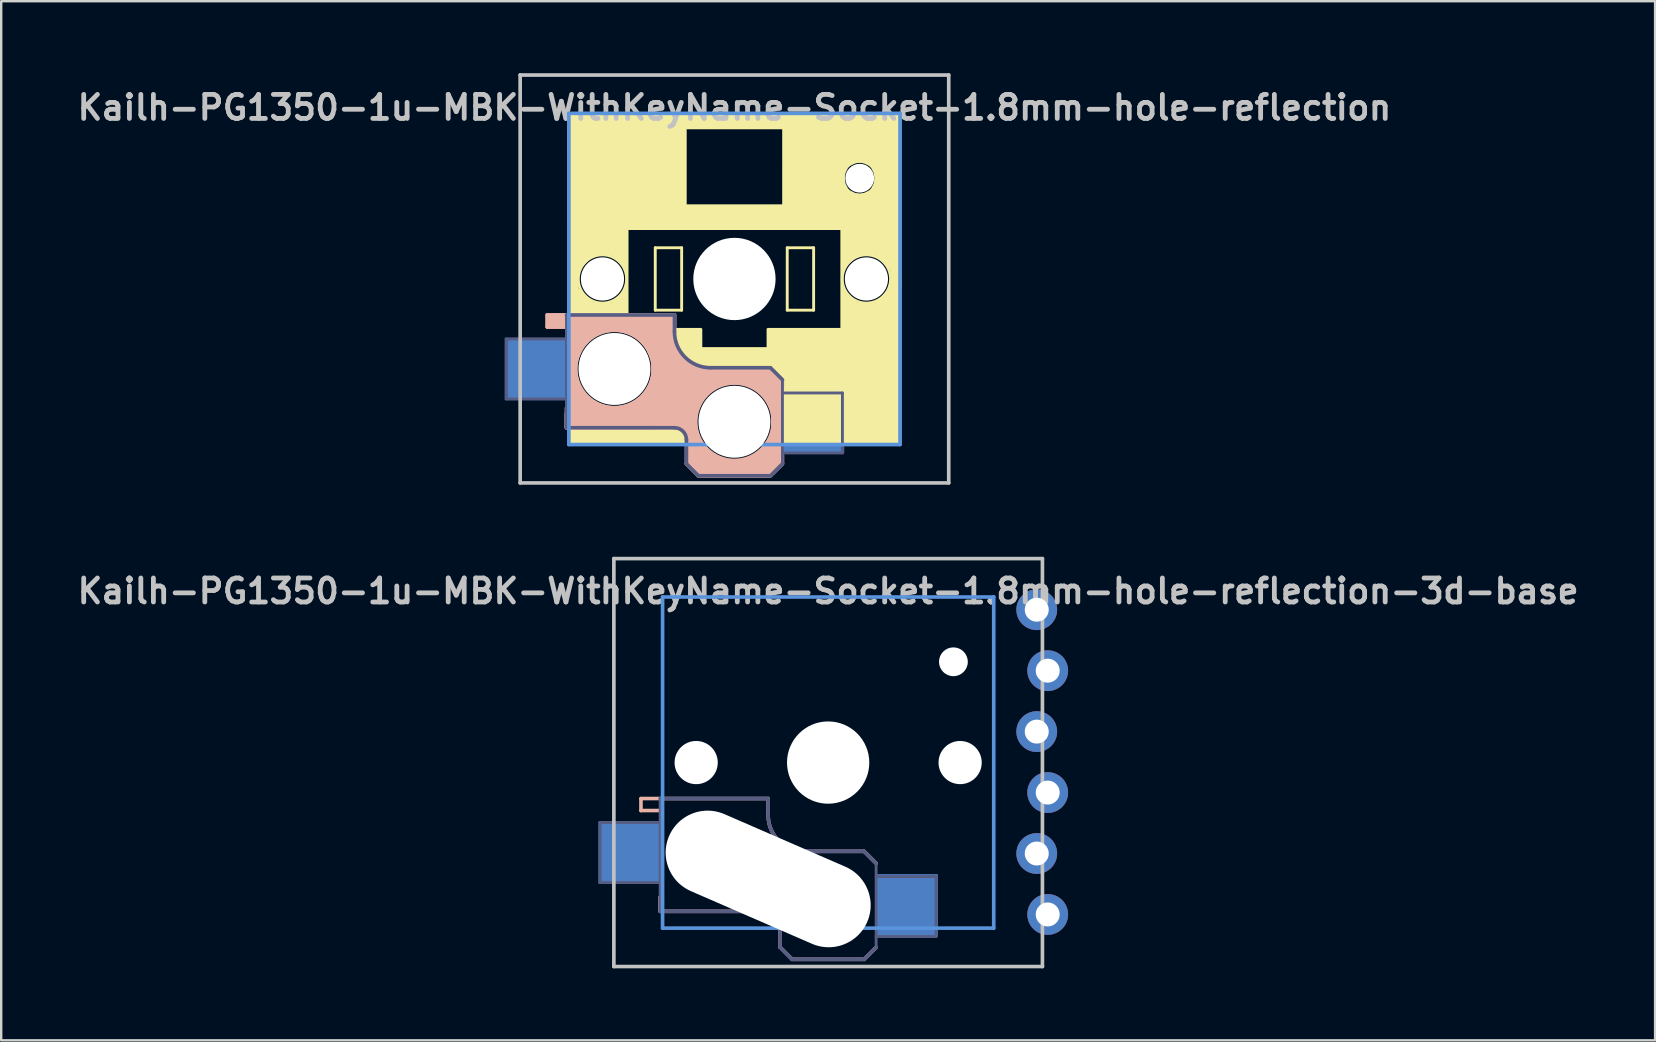
<source format=kicad_pcb>
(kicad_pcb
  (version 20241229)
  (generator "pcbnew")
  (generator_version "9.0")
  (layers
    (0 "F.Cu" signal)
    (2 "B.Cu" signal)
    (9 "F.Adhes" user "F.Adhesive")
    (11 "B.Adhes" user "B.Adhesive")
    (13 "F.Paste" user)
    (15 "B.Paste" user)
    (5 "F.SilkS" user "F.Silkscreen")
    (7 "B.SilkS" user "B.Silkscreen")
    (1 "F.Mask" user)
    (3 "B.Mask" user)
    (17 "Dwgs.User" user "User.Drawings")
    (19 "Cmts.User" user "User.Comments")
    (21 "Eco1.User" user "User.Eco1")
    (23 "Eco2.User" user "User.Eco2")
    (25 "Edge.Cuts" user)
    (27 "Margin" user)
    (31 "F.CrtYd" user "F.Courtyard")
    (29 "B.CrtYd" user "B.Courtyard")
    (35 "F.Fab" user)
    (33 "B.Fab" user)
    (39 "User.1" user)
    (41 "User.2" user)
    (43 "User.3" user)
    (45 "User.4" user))
  (footprint "Kailh-PG1350-1u-MBK-WithKeyName-Socket-1.8mm-hole-reflection"
    (layer "F.Cu")
    (at 27.557 8.576)
    (property "Reference" "Kailh-PG1350-1u-MBK-WithKeyName-Socket-1.8mm-hole-reflection" (at 0 -7.144 180) (layer "Dwgs.User") (effects (font (size 1 1) (thickness 0.2))))
    (attr through_hole)
    (fp_line (start -4.475 -2.45) (end -4.475 2.15) (stroke (width 0.12) (type solid)) (layer "F.SilkS"))
    (fp_line (start -3.3 -1.3) (end -2.2 -1.3) (stroke (width 0.12) (type solid)) (layer "F.SilkS"))
    (fp_line (start -3.3 1.3) (end -3.3 -1.3) (stroke (width 0.12) (type solid)) (layer "F.SilkS"))
    (fp_line (start -2.2 -1.3) (end -2.2 1.3) (stroke (width 0.12) (type solid)) (layer "F.SilkS"))
    (fp_line (start -2.2 1.3) (end -3.3 1.3) (stroke (width 0.12) (type solid)) (layer "F.SilkS"))
    (fp_line (start 2.2 -1.3) (end 3.3 -1.3) (stroke (width 0.12) (type solid)) (layer "F.SilkS"))
    (fp_line (start 2.2 1.3) (end 2.2 -1.3) (stroke (width 0.12) (type solid)) (layer "F.SilkS"))
    (fp_line (start 3.3 -1.3) (end 3.3 1.3) (stroke (width 0.12) (type solid)) (layer "F.SilkS"))
    (fp_line (start 3.3 1.3) (end 2.2 1.3) (stroke (width 0.12) (type solid)) (layer "F.SilkS"))
    (fp_line (start 4.475 -2.2) (end 4.475 2.1) (stroke (width 0.12) (type solid)) (layer "F.SilkS"))
    (fp_arc (start -1.35 6.85) (mid 0 4.326976) (end 1.35 6.85) (stroke (width 0.12) (type solid)) (layer "F.SilkS"))
    (fp_circle (center -5.5 0) (end -4.6 0.45) (stroke (width 0.12) (type solid)) (fill no) (layer "F.SilkS"))
    (fp_circle (center -5 3.75) (end -3.388 3.75) (stroke (width 0.12) (type solid)) (fill no) (layer "F.SilkS"))
    (fp_circle (center 5.5 0) (end 6.4 0.45) (stroke (width 0.12) (type solid)) (fill no) (layer "F.SilkS"))
    (fp_poly (pts (xy 4.59 -4.45) (xy 4.69 -4.65) (xy 4.79 -4.75) (xy 4.99 -4.85) (xy 5.19 -4.9) (xy 4.54 -4.9) (xy 4.54 -4.25)) (stroke (width 0.1) (type solid)) (fill yes) (layer "F.SilkS"))
    (fp_poly (pts (xy 4.99 -3.55) (xy 4.79 -3.65) (xy 4.69 -3.75) (xy 4.59 -3.95) (xy 4.54 -4.15) (xy 4.54 -3.5) (xy 5.19 -3.5)) (stroke (width 0.1) (type solid)) (fill yes) (layer "F.SilkS"))
    (fp_poly (pts (xy 5.44 -4.85) (xy 5.64 -4.75) (xy 5.74 -4.65) (xy 5.84 -4.45) (xy 5.89 -4.25) (xy 5.89 -4.9) (xy 5.24 -4.9)) (stroke (width 0.1) (type solid)) (fill yes) (layer "F.SilkS"))
    (fp_poly (pts (xy 5.84 -3.95) (xy 5.74 -3.75) (xy 5.64 -3.65) (xy 5.44 -3.55) (xy 5.24 -3.5) (xy 5.89 -3.5) (xy 5.89 -4.15)) (stroke (width 0.1) (type solid)) (fill yes) (layer "F.SilkS"))
    (fp_poly (pts (xy 6.9 0.35) (xy 6.55 0.35) (xy 6.55 -0.4) (xy 5.9 -1.05) (xy 5.1 -1.05) (xy 4.55 -0.5) (xy 4.55 -2.1) (xy -4.55 -2.1) (xy -4.55 -0.5) (xy -5.1 -1.05) (xy -5.9 -1.05) (xy -6.9 0) (xy -6.91 -6.9) (xy 2 -6.9) (xy 2 -6.3) (xy -2.05 -6.3) (xy -2.05 -3.05) (xy 2.05 -3.05) (xy 2.05 -4.85) (xy 4.54 -4.85) (xy 4.55 -3.5) (xy 5.89 -3.5) (xy 5.89 -4.9) (xy 2.05 -4.9) (xy 2.05 -6.3) (xy 2.05 -6.9) (xy 6.9 -6.9) (xy 6.9 -3.05)) (stroke (width 0.12) (type solid)) (fill yes) (layer "F.SilkS"))
    (fp_poly (pts (xy -4.55 2.1) (xy -1.4 2.1) (xy -1.4 2.9) (xy 1.4 2.9) (xy 1.4 2.1) (xy 4.55 2.1) (xy 4.55 0.5) (xy 5.1 1.05) (xy 5.9 1.05) (xy 6.9 0) (xy 6.9 6.9) (xy 1.35 6.9) (xy 1.65 6.3) (xy 1.6 5.3) (xy 1 4.55) (xy 0 4.25) (xy -0.95 4.5) (xy -1.55 5.15) (xy -1.7 6.15) (xy -1.35 6.9) (xy -6.9 6.9) (xy -6.9 4.7) (xy -6.9 3.55) (xy -6.65 3.55) (xy -6.6 4.3) (xy -6 5.154) (xy -4.95 5.45) (xy -4 5.15) (xy -3.35 4.25) (xy -3.35 3.25) (xy -4 2.4) (xy -4.75 2.1) (xy -5.5 2.1) (xy -6.35 2.7) (xy -6.65 3.5) (xy -6.9 3.5) (xy -6.9 2.2) (xy -6.9 0) (xy -6.55 -0.4) (xy -6.55 0.425) (xy -5.9 1.05) (xy -5.1 1.05) (xy -4.55 0.5)) (stroke (width 0.12) (type solid)) (fill yes) (layer "F.SilkS"))
    (fp_line (start -7.8 1.5) (end -7.8 2) (stroke (width 0.15) (type solid)) (layer "B.SilkS"))
    (fp_line (start -7 2) (end -7.8 2) (stroke (width 0.15) (type solid)) (layer "B.SilkS"))
    (fp_line (start -7 5.6) (end -7 6.2) (stroke (width 0.15) (type solid)) (layer "B.SilkS"))
    (fp_line (start -7 6.2) (end -2.5 6.2) (stroke (width 0.15) (type solid)) (layer "B.SilkS"))
    (fp_line (start -2.5 1.5) (end -7.8 1.5) (stroke (width 0.15) (type solid)) (layer "B.SilkS"))
    (fp_line (start -2.5 2.2) (end -2.5 1.5) (stroke (width 0.15) (type solid)) (layer "B.SilkS"))
    (fp_line (start -2 6.7) (end -2 7.7) (stroke (width 0.15) (type solid)) (layer "B.SilkS"))
    (fp_line (start -1.5 8.2) (end -2 7.7) (stroke (width 0.15) (type solid)) (layer "B.SilkS"))
    (fp_line (start 1.5 3.7) (end -1 3.7) (stroke (width 0.15) (type solid)) (layer "B.SilkS"))
    (fp_line (start 1.5 8.2) (end -1.5 8.2) (stroke (width 0.15) (type solid)) (layer "B.SilkS"))
    (fp_line (start 2 4.2) (end 1.5 3.7) (stroke (width 0.15) (type solid)) (layer "B.SilkS"))
    (fp_line (start 2 7.7) (end 1.5 8.2) (stroke (width 0.15) (type solid)) (layer "B.SilkS"))
    (fp_rect (start -7.8 1.5) (end -2.5 2) (stroke (width 0.15) (type solid)) (fill yes) (layer "B.SilkS"))
    (fp_arc (start -2.5 6.2) (mid -2.146447 6.346447) (end -2 6.7) (stroke (width 0.15) (type solid)) (layer "B.SilkS"))
    (fp_arc (start -1 3.7) (mid -2.06066 3.26066) (end -2.5 2.2) (stroke (width 0.15) (type solid)) (layer "B.SilkS"))
    (fp_circle (center -5 3.75) (end -3.263 3.75) (stroke (width 0.4) (type solid)) (fill no) (layer "B.SilkS"))
    (fp_circle (center 0 5.95) (end 1.737 5.95) (stroke (width 0.4) (type solid)) (fill no) (layer "B.SilkS"))
    (fp_poly (pts (xy -3.35 6.2) (xy -7 6.2) (xy -7 5.375) (xy -3.35 5.375)) (stroke (width 0.15) (type solid)) (fill yes) (layer "B.SilkS"))
    (fp_poly (pts (xy -2.5 6.2) (xy -3.4 6.2) (xy -3.4 1.5) (xy -2.5 1.5)) (stroke (width 0.12) (type solid)) (fill yes) (layer "B.SilkS"))
    (fp_poly (pts (xy 1.5 8.2) (xy -1.5 8.2) (xy -2 7.7) (xy 1.5 7.7)) (stroke (width 0.15) (type solid)) (fill yes) (layer "B.SilkS"))
    (fp_poly (pts (xy -6.875 1.975) (xy -6 1.975) (xy -6.737 3.75) (xy -6.2 5.3) (xy -6.875 5.3)) (stroke (width 0.12) (type solid)) (fill yes) (layer "B.SilkS"))
    (fp_poly (pts (xy -3.125 1.95) (xy -4.05 1.95) (xy -3.263 3.725) (xy -3.8 5.275) (xy -3.125 5.275)) (stroke (width 0.12) (type solid)) (fill yes) (layer "B.SilkS"))
    (fp_poly (pts (xy 2 4.2) (xy 2 4.55) (xy 1.875 4.55) (xy 1.875 7.35) (xy 2 7.35) (xy 2 7.7) (xy 1.6 8.1) (xy 1.6 7.65) (xy 0.95 7.65) (xy 1.6 7.025) (xy 1.6 3.8)) (stroke (width 0.15) (type solid)) (fill yes) (layer "B.SilkS"))
    (fp_poly (pts (xy -2.069 3.273) (xy -1.575 3.65) (xy -1 3.7) (xy 1.5 3.7) (xy 1.5 4.75) (xy 0 4.213) (xy -1.444 4.703) (xy -1.625 5.125) (xy -1.625 6.925) (xy -0.9 7.625) (xy -2 7.625) (xy -2 6.525) (xy -2.175 6.275) (xy -2.5 6.1) (xy -2.5 2.7)) (stroke (width 0.12) (type solid)) (fill yes) (layer "B.SilkS"))
    (fp_line (start -8.93 -8.5) (end 8.93 -8.5) (stroke (width 0.152) (type solid)) (layer "Dwgs.User"))
    (fp_line (start -8.93 8.5) (end -8.93 -8.5) (stroke (width 0.152) (type solid)) (layer "Dwgs.User"))
    (fp_line (start 8.93 -8.5) (end 8.93 8.5) (stroke (width 0.152) (type solid)) (layer "Dwgs.User"))
    (fp_line (start 8.93 8.5) (end -8.93 8.5) (stroke (width 0.152) (type solid)) (layer "Dwgs.User"))
    (fp_line (start -6.9 -6.9) (end 6.9 -6.9) (stroke (width 0.152) (type solid)) (layer "Cmts.User"))
    (fp_line (start -6.9 6.9) (end -6.9 -6.9) (stroke (width 0.152) (type solid)) (layer "Cmts.User"))
    (fp_line (start 6.9 -6.9) (end 6.9 6.9) (stroke (width 0.152) (type solid)) (layer "Cmts.User"))
    (fp_line (start 6.9 6.9) (end -6.9 6.9) (stroke (width 0.152) (type solid)) (layer "Cmts.User"))
    (fp_line (start -7.5 -7.5) (end 7.5 -7.5) (stroke (width 0.152) (type solid)) (layer "Eco2.User"))
    (fp_line (start -7.5 7.5) (end -7.5 -7.5) (stroke (width 0.152) (type solid)) (layer "Eco2.User"))
    (fp_line (start -2.6 -3.1) (end -2.6 -6.3) (stroke (width 0.15) (type solid)) (layer "Eco2.User"))
    (fp_line (start -2.6 -3.1) (end 2.6 -3.1) (stroke (width 0.15) (type solid)) (layer "Eco2.User"))
    (fp_line (start 2.6 -6.3) (end -2.6 -6.3) (stroke (width 0.15) (type solid)) (layer "Eco2.User"))
    (fp_line (start 2.6 -3.1) (end 2.6 -6.3) (stroke (width 0.15) (type solid)) (layer "Eco2.User"))
    (fp_line (start 7.5 -7.5) (end 7.5 7.5) (stroke (width 0.152) (type solid)) (layer "Eco2.User"))
    (fp_line (start 7.5 7.5) (end -7.5 7.5) (stroke (width 0.152) (type solid)) (layer "Eco2.User"))
    (fp_line (start -9.5 2.5) (end -7 2.5) (stroke (width 0.12) (type solid)) (layer "B.Fab"))
    (fp_line (start -9.5 5) (end -9.5 2.5) (stroke (width 0.12) (type solid)) (layer "B.Fab"))
    (fp_line (start -7 1.5) (end -7 6.2) (stroke (width 0.12) (type solid)) (layer "B.Fab"))
    (fp_line (start -7 5) (end -9.5 5) (stroke (width 0.12) (type solid)) (layer "B.Fab"))
    (fp_line (start -7 6.2) (end -2.5 6.2) (stroke (width 0.15) (type solid)) (layer "B.Fab"))
    (fp_line (start -2.5 1.5) (end -7 1.5) (stroke (width 0.15) (type solid)) (layer "B.Fab"))
    (fp_line (start -2.5 2.2) (end -2.5 1.5) (stroke (width 0.15) (type solid)) (layer "B.Fab"))
    (fp_line (start -2 6.7) (end -2 7.7) (stroke (width 0.15) (type solid)) (layer "B.Fab"))
    (fp_line (start -1.5 8.2) (end -2 7.7) (stroke (width 0.15) (type solid)) (layer "B.Fab"))
    (fp_line (start 1.5 3.7) (end -1 3.7) (stroke (width 0.15) (type solid)) (layer "B.Fab"))
    (fp_line (start 1.5 8.2) (end -1.5 8.2) (stroke (width 0.15) (type solid)) (layer "B.Fab"))
    (fp_line (start 2 4.2) (end 1.5 3.7) (stroke (width 0.15) (type solid)) (layer "B.Fab"))
    (fp_line (start 2 4.25) (end 2 7.7) (stroke (width 0.12) (type solid)) (layer "B.Fab"))
    (fp_line (start 2 4.75) (end 4.5 4.75) (stroke (width 0.12) (type solid)) (layer "B.Fab"))
    (fp_line (start 2 7.7) (end 1.5 8.2) (stroke (width 0.15) (type solid)) (layer "B.Fab"))
    (fp_line (start 4.5 4.75) (end 4.5 7.25) (stroke (width 0.12) (type solid)) (layer "B.Fab"))
    (fp_line (start 4.5 7.25) (end 2 7.25) (stroke (width 0.12) (type solid)) (layer "B.Fab"))
    (fp_arc (start -2.5 6.2) (mid -2.146447 6.346447) (end -2 6.7) (stroke (width 0.15) (type solid)) (layer "B.Fab"))
    (fp_arc (start -1 3.7) (mid -2.06066 3.26066) (end -2.5 2.2) (stroke (width 0.15) (type solid)) (layer "B.Fab"))
    (fp_line (start -4.4 -2) (end -4.4 2) (stroke (width 0.12) (type solid)) (layer "User.9"))
    (fp_line (start -4.4 2) (end -1.3 2) (stroke (width 0.12) (type solid)) (layer "User.9"))
    (fp_line (start -3.2 -1.2) (end -3.2 1.2) (stroke (width 0.12) (type solid)) (layer "User.9"))
    (fp_line (start -3.2 1.2) (end -2.3 1.2) (stroke (width 0.12) (type solid)) (layer "User.9"))
    (fp_line (start -2.3 -1.2) (end -3.2 -1.2) (stroke (width 0.12) (type solid)) (layer "User.9"))
    (fp_line (start -2.3 1.2) (end -2.3 -1.2) (stroke (width 0.12) (type solid)) (layer "User.9"))
    (fp_line (start -1.3 2) (end -1.3 2.8) (stroke (width 0.12) (type solid)) (layer "User.9"))
    (fp_line (start -1.3 2.8) (end 1.3 2.8) (stroke (width 0.12) (type solid)) (layer "User.9"))
    (fp_line (start 1.3 2) (end 4.5 2) (stroke (width 0.12) (type solid)) (layer "User.9"))
    (fp_line (start 1.3 2.8) (end 1.3 2) (stroke (width 0.12) (type solid)) (layer "User.9"))
    (fp_line (start 2.3 -1.2) (end 2.3 1.2) (stroke (width 0.12) (type solid)) (layer "User.9"))
    (fp_line (start 2.3 1.2) (end 3.2 1.2) (stroke (width 0.12) (type solid)) (layer "User.9"))
    (fp_line (start 3.2 -1.2) (end 2.3 -1.2) (stroke (width 0.12) (type solid)) (layer "User.9"))
    (fp_line (start 3.2 1.2) (end 3.2 -1.2) (stroke (width 0.12) (type solid)) (layer "User.9"))
    (fp_line (start 4.4 2) (end 4.4 -2) (stroke (width 0.12) (type solid)) (layer "User.9"))
    (fp_line (start 4.5 -2) (end -4.4 -2) (stroke (width 0.12) (type solid)) (layer "User.9"))
    (pad "" np_thru_hole circle (at -5.5 0 180) (size 1.8 1.8) (drill 1.8) (layers "*.Cu" "*.Mask"))
    (pad "" np_thru_hole circle (at -5 3.75) (size 3 3) (drill 3) (layers "*.Cu" "*.Mask"))
    (pad "" np_thru_hole circle (at 0 0) (size 3.429 3.429) (drill 3.429) (layers "*.Cu" "*.Mask"))
    (pad "" np_thru_hole circle (at 0 5.95) (size 3 3) (drill 3) (layers "*.Cu" "*.Mask"))
    (pad "" np_thru_hole circle (at 5.22 -4.2 180) (size 1.2 1.2) (drill 1.2) (layers "*.Cu" "*.Mask"))
    (pad "" np_thru_hole circle (at 5.5 0 180) (size 1.8 1.8) (drill 1.8) (layers "*.Cu" "*.Mask"))
    (pad "1" smd rect (at 3.275 5.95) (size 2.6 2.6) (layers "B.Cu" "B.Mask" "B.Paste"))
    (pad "2" smd rect (at -8.275 3.75) (size 2.6 2.6) (layers "B.Cu" "B.Mask" "B.Paste")))
  (footprint "Kailh-PG1350-1u-MBK-WithKeyName-Socket-1.8mm-hole-reflection-3d-base"
    (layer "F.Cu")
    (at 31.462 28.729)
    (property "Reference" "Kailh-PG1350-1u-MBK-WithKeyName-Socket-1.8mm-hole-reflection-3d-base" (at 0 -7.144 180) (layer "Dwgs.User") (effects (font (size 1 1) (thickness 0.2))))
    (attr through_hole)
    (fp_line (start -7.8 1.5) (end -7.8 2) (stroke (width 0.15) (type solid)) (layer "B.SilkS"))
    (fp_line (start -7 2) (end -7.8 2) (stroke (width 0.15) (type solid)) (layer "B.SilkS"))
    (fp_line (start -7 5.6) (end -7 6.2) (stroke (width 0.15) (type solid)) (layer "B.SilkS"))
    (fp_line (start -7 6.2) (end -2.5 6.2) (stroke (width 0.15) (type solid)) (layer "B.SilkS"))
    (fp_line (start -2.5 1.5) (end -7.8 1.5) (stroke (width 0.15) (type solid)) (layer "B.SilkS"))
    (fp_line (start -2.5 2.2) (end -2.5 1.5) (stroke (width 0.15) (type solid)) (layer "B.SilkS"))
    (fp_line (start -2 6.7) (end -2 7.7) (stroke (width 0.15) (type solid)) (layer "B.SilkS"))
    (fp_line (start -1.5 8.2) (end -2 7.7) (stroke (width 0.15) (type solid)) (layer "B.SilkS"))
    (fp_line (start 1.5 3.7) (end -1 3.7) (stroke (width 0.15) (type solid)) (layer "B.SilkS"))
    (fp_line (start 1.5 8.2) (end -1.5 8.2) (stroke (width 0.15) (type solid)) (layer "B.SilkS"))
    (fp_line (start 2 4.2) (end 1.5 3.7) (stroke (width 0.15) (type solid)) (layer "B.SilkS"))
    (fp_line (start 2 7.7) (end 1.5 8.2) (stroke (width 0.15) (type solid)) (layer "B.SilkS"))
    (fp_arc (start -2.5 6.2) (mid -2.146447 6.346447) (end -2 6.7) (stroke (width 0.15) (type solid)) (layer "B.SilkS"))
    (fp_arc (start -1 3.7) (mid -2.06066 3.26066) (end -2.5 2.2) (stroke (width 0.15) (type solid)) (layer "B.SilkS"))
    (fp_line (start -8.93 -8.5) (end 8.93 -8.5) (stroke (width 0.152) (type solid)) (layer "Dwgs.User"))
    (fp_line (start -8.93 8.5) (end -8.93 -8.5) (stroke (width 0.152) (type solid)) (layer "Dwgs.User"))
    (fp_line (start 8.93 -8.5) (end 8.93 8.5) (stroke (width 0.152) (type solid)) (layer "Dwgs.User"))
    (fp_line (start 8.93 8.5) (end -8.93 8.5) (stroke (width 0.152) (type solid)) (layer "Dwgs.User"))
    (fp_line (start -6.9 -6.9) (end 6.9 -6.9) (stroke (width 0.152) (type solid)) (layer "Cmts.User"))
    (fp_line (start -6.9 6.9) (end -6.9 -6.9) (stroke (width 0.152) (type solid)) (layer "Cmts.User"))
    (fp_line (start 6.9 -6.9) (end 6.9 6.9) (stroke (width 0.152) (type solid)) (layer "Cmts.User"))
    (fp_line (start 6.9 6.9) (end -6.9 6.9) (stroke (width 0.152) (type solid)) (layer "Cmts.User"))
    (fp_line (start -7.5 -7.5) (end 7.5 -7.5) (stroke (width 0.152) (type solid)) (layer "Eco2.User"))
    (fp_line (start -7.5 7.5) (end -7.5 -7.5) (stroke (width 0.152) (type solid)) (layer "Eco2.User"))
    (fp_line (start -2.6 -3.1) (end -2.6 -6.3) (stroke (width 0.15) (type solid)) (layer "Eco2.User"))
    (fp_line (start -2.6 -3.1) (end 2.6 -3.1) (stroke (width 0.15) (type solid)) (layer "Eco2.User"))
    (fp_line (start 2.6 -6.3) (end -2.6 -6.3) (stroke (width 0.15) (type solid)) (layer "Eco2.User"))
    (fp_line (start 2.6 -3.1) (end 2.6 -6.3) (stroke (width 0.15) (type solid)) (layer "Eco2.User"))
    (fp_line (start 7.5 -7.5) (end 7.5 7.5) (stroke (width 0.152) (type solid)) (layer "Eco2.User"))
    (fp_line (start 7.5 7.5) (end -7.5 7.5) (stroke (width 0.152) (type solid)) (layer "Eco2.User"))
    (fp_line (start -9.5 2.5) (end -7 2.5) (stroke (width 0.12) (type solid)) (layer "B.Fab"))
    (fp_line (start -9.5 5) (end -9.5 2.5) (stroke (width 0.12) (type solid)) (layer "B.Fab"))
    (fp_line (start -7 1.5) (end -7 6.2) (stroke (width 0.12) (type solid)) (layer "B.Fab"))
    (fp_line (start -7 5) (end -9.5 5) (stroke (width 0.12) (type solid)) (layer "B.Fab"))
    (fp_line (start -7 6.2) (end -2.5 6.2) (stroke (width 0.15) (type solid)) (layer "B.Fab"))
    (fp_line (start -2.5 1.5) (end -7 1.5) (stroke (width 0.15) (type solid)) (layer "B.Fab"))
    (fp_line (start -2.5 2.2) (end -2.5 1.5) (stroke (width 0.15) (type solid)) (layer "B.Fab"))
    (fp_line (start -2 6.7) (end -2 7.7) (stroke (width 0.15) (type solid)) (layer "B.Fab"))
    (fp_line (start -1.5 8.2) (end -2 7.7) (stroke (width 0.15) (type solid)) (layer "B.Fab"))
    (fp_line (start 1.5 3.7) (end -1 3.7) (stroke (width 0.15) (type solid)) (layer "B.Fab"))
    (fp_line (start 1.5 8.2) (end -1.5 8.2) (stroke (width 0.15) (type solid)) (layer "B.Fab"))
    (fp_line (start 2 4.2) (end 1.5 3.7) (stroke (width 0.15) (type solid)) (layer "B.Fab"))
    (fp_line (start 2 4.25) (end 2 7.7) (stroke (width 0.12) (type solid)) (layer "B.Fab"))
    (fp_line (start 2 4.75) (end 4.5 4.75) (stroke (width 0.12) (type solid)) (layer "B.Fab"))
    (fp_line (start 2 7.7) (end 1.5 8.2) (stroke (width 0.15) (type solid)) (layer "B.Fab"))
    (fp_line (start 4.5 4.75) (end 4.5 7.25) (stroke (width 0.12) (type solid)) (layer "B.Fab"))
    (fp_line (start 4.5 7.25) (end 2 7.25) (stroke (width 0.12) (type solid)) (layer "B.Fab"))
    (fp_arc (start -2.5 6.2) (mid -2.146447 6.346447) (end -2 6.7) (stroke (width 0.15) (type solid)) (layer "B.Fab"))
    (fp_arc (start -1 3.7) (mid -2.06066 3.26066) (end -2.5 2.2) (stroke (width 0.15) (type solid)) (layer "B.Fab"))
    (pad "" np_thru_hole circle (at -5.5 0 180) (size 1.8 1.8) (drill 1.8) (layers "*.Cu" "*.Mask"))
    (pad "" np_thru_hole circle (at -5 3.75) (size 3 3) (drill 3) (layers "*.Cu" "*.Mask"))
    (pad "" np_thru_hole oval (at -2.5 4.85 66.5) (size 3.5 9) (drill oval 3.5 9) (layers "*.Cu" "*.Mask"))
    (pad "" np_thru_hole circle (at 0 0) (size 3.429 3.429) (drill 3.429) (layers "*.Cu" "*.Mask"))
    (pad "" np_thru_hole circle (at 0 5.95) (size 3 3) (drill 3) (layers "*.Cu" "*.Mask"))
    (pad "" np_thru_hole circle (at 5.22 -4.2 180) (size 1.2 1.2) (drill 1.2) (layers "*.Cu" "*.Mask"))
    (pad "" np_thru_hole circle (at 5.5 0 180) (size 1.8 1.8) (drill 1.8) (layers "*.Cu" "*.Mask"))
    (pad "1" smd rect (at 3.275 5.95) (size 2.6 2.6) (layers "B.Cu" "B.Mask" "B.Paste"))
    (pad "1" thru_hole circle (at 9.15 6.33 180) (size 1.7 1.7) (drill 1) (layers "*.Cu" "*.Mask"))
    (pad "2" smd rect (at -8.275 3.75) (size 2.6 2.6) (layers "B.Cu" "B.Mask" "B.Paste"))
    (pad "2" thru_hole oval (at 8.693 3.79 180) (size 1.7 1.7) (drill 1) (layers "*.Cu" "*.Mask"))
    (pad "3" thru_hole oval (at 9.15 1.25 180) (size 1.7 1.7) (drill 1) (layers "*.Cu" "*.Mask"))
    (pad "4" thru_hole oval (at 8.693 -1.29 180) (size 1.7 1.7) (drill 1) (layers "*.Cu" "*.Mask"))
    (pad "5" thru_hole oval (at 9.15 -3.83 180) (size 1.7 1.7) (drill 1) (layers "*.Cu" "*.Mask"))
    (pad "6" thru_hole oval (at 8.693 -6.37 180) (size 1.7 1.7) (drill 1) (layers "*.Cu" "*.Mask")))
  (gr_rect
    (start -3 -3)
    (end 65.924 40.305)
    (stroke (width 0.1) (type default))
    (fill no)
    (layer "Edge.Cuts")))
</source>
